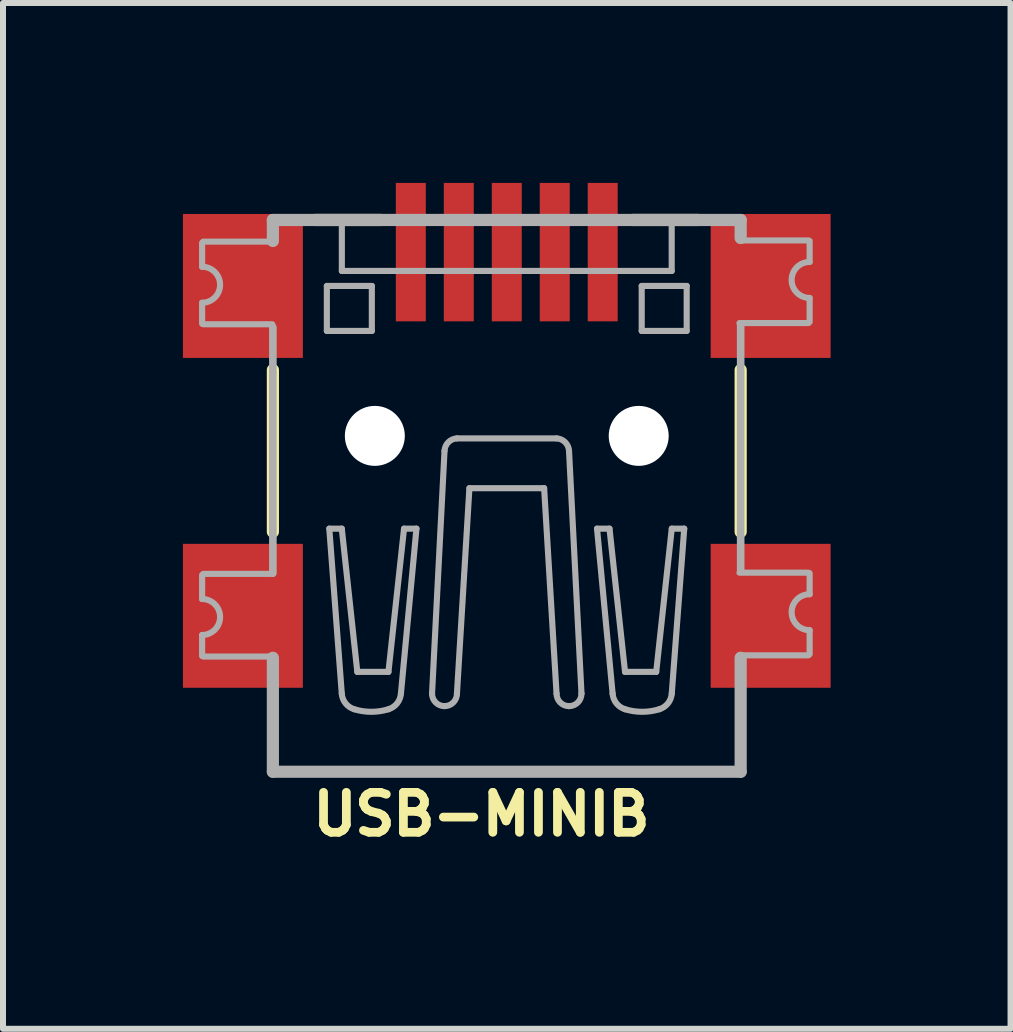
<source format=kicad_pcb>
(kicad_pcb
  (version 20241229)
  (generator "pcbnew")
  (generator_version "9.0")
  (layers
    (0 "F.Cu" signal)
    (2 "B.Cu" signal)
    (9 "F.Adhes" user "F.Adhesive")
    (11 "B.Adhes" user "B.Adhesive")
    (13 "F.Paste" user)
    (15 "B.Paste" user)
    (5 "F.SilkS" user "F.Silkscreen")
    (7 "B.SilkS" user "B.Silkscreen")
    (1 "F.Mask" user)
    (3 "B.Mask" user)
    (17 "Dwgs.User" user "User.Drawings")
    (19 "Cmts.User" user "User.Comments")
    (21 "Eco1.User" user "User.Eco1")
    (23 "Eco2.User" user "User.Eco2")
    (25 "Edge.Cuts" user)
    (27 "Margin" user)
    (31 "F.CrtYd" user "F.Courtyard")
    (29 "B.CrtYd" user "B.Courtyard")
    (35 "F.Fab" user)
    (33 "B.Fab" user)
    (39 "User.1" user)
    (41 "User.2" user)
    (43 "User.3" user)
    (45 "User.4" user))
  (footprint "USB-MINIB"
    (layer "F.Cu")
    (at 5.4 5.218)
    (property "Reference" "USB-MINIB" (at -3.31 5.699 0) (layer "F.SilkS") (effects (font (size 0.666 0.666) (thickness 0.146)) (justify left bottom)))
    (fp_line (start -3.9 0.6) (end -3.9 -2.1) (stroke (width 0.203) (type solid)) (layer "F.SilkS"))
    (fp_line (start -3.2 -4.6) (end -2.1 -4.6) (stroke (width 0.203) (type solid)) (layer "F.SilkS"))
    (fp_line (start 2.1 -4.6) (end 3.2 -4.6) (stroke (width 0.203) (type solid)) (layer "F.SilkS"))
    (fp_line (start 3.9 -2.1) (end 3.9 0.6) (stroke (width 0.203) (type solid)) (layer "F.SilkS"))
    (fp_line (start -5.08 -4.22) (end -5.08 -3.82) (stroke (width 0.102) (type solid)) (layer "F.Fab"))
    (fp_line (start -5.08 -2.87) (end -5.08 -3.22) (stroke (width 0.102) (type solid)) (layer "F.Fab"))
    (fp_line (start -5.08 1.32) (end -5.08 1.72) (stroke (width 0.102) (type solid)) (layer "F.Fab"))
    (fp_line (start -5.08 2.67) (end -5.08 2.32) (stroke (width 0.102) (type solid)) (layer "F.Fab"))
    (fp_line (start -5.06 -4.239) (end -3.91 -4.239) (stroke (width 0.102) (type solid)) (layer "F.Fab"))
    (fp_line (start -5.06 1.301) (end -3.91 1.301) (stroke (width 0.102) (type solid)) (layer "F.Fab"))
    (fp_line (start -3.91 -2.861) (end -5.06 -2.861) (stroke (width 0.102) (type solid)) (layer "F.Fab"))
    (fp_line (start -3.91 2.679) (end -5.06 2.679) (stroke (width 0.102) (type solid)) (layer "F.Fab"))
    (fp_line (start -3.9 -4.6) (end -3.9 -4.25) (stroke (width 0.203) (type solid)) (layer "F.Fab"))
    (fp_line (start -3.9 -4.6) (end 3.9 -4.6) (stroke (width 0.203) (type solid)) (layer "F.Fab"))
    (fp_line (start -3.9 1.29) (end -3.9 -2.81) (stroke (width 0.127) (type solid)) (layer "F.Fab"))
    (fp_line (start -3.9 4.6) (end -3.9 2.7) (stroke (width 0.203) (type solid)) (layer "F.Fab"))
    (fp_line (start -3.9 4.6) (end 3.9 4.6) (stroke (width 0.203) (type solid)) (layer "F.Fab"))
    (fp_line (start -3 -3.5) (end -2.25 -3.5) (stroke (width 0.102) (type solid)) (layer "F.Fab"))
    (fp_line (start -3 -2.75) (end -3 -3.5) (stroke (width 0.102) (type solid)) (layer "F.Fab"))
    (fp_line (start -2.959 0.547) (end -2.751 3.299) (stroke (width 0.102) (type solid)) (layer "F.Fab"))
    (fp_line (start -2.751 0.547) (end -2.959 0.547) (stroke (width 0.102) (type solid)) (layer "F.Fab"))
    (fp_line (start -2.75 -4.5) (end -2.75 -3.75) (stroke (width 0.102) (type solid)) (layer "F.Fab"))
    (fp_line (start -2.75 -3.75) (end 2.75 -3.75) (stroke (width 0.102) (type solid)) (layer "F.Fab"))
    (fp_line (start -2.492 2.935) (end -2.751 0.547) (stroke (width 0.102) (type solid)) (layer "F.Fab"))
    (fp_line (start -2.25 -3.5) (end -2.25 -2.75) (stroke (width 0.102) (type solid)) (layer "F.Fab"))
    (fp_line (start -2.25 -2.75) (end -3 -2.75) (stroke (width 0.102) (type solid)) (layer "F.Fab"))
    (fp_line (start -1.973 2.935) (end -2.492 2.935) (stroke (width 0.102) (type solid)) (layer "F.Fab"))
    (fp_line (start -1.765 3.299) (end -1.506 0.547) (stroke (width 0.102) (type solid)) (layer "F.Fab"))
    (fp_line (start -1.713 0.547) (end -1.973 2.935) (stroke (width 0.102) (type solid)) (layer "F.Fab"))
    (fp_line (start -1.506 0.547) (end -1.713 0.547) (stroke (width 0.102) (type solid)) (layer "F.Fab"))
    (fp_line (start -1.246 3.298) (end -1.038 -0.751) (stroke (width 0.102) (type solid)) (layer "F.Fab"))
    (fp_line (start -0.831 3.299) (end -0.623 -0.128) (stroke (width 0.102) (type solid)) (layer "F.Fab"))
    (fp_line (start 0.623 -0.128) (end -0.623 -0.128) (stroke (width 0.102) (type solid)) (layer "F.Fab"))
    (fp_line (start 0.83 -0.958) (end -0.831 -0.958) (stroke (width 0.102) (type solid)) (layer "F.Fab"))
    (fp_line (start 0.83 3.299) (end 0.623 -0.128) (stroke (width 0.102) (type solid)) (layer "F.Fab"))
    (fp_line (start 1.246 3.298) (end 1.038 -0.751) (stroke (width 0.102) (type solid)) (layer "F.Fab"))
    (fp_line (start 1.505 0.547) (end 1.713 0.547) (stroke (width 0.102) (type solid)) (layer "F.Fab"))
    (fp_line (start 1.713 0.547) (end 1.972 2.935) (stroke (width 0.102) (type solid)) (layer "F.Fab"))
    (fp_line (start 1.765 3.299) (end 1.505 0.547) (stroke (width 0.102) (type solid)) (layer "F.Fab"))
    (fp_line (start 1.972 2.935) (end 2.492 2.935) (stroke (width 0.102) (type solid)) (layer "F.Fab"))
    (fp_line (start 2.25 -3.5) (end 2.25 -2.75) (stroke (width 0.102) (type solid)) (layer "F.Fab"))
    (fp_line (start 2.25 -2.75) (end 3 -2.75) (stroke (width 0.102) (type solid)) (layer "F.Fab"))
    (fp_line (start 2.492 2.935) (end 2.751 0.547) (stroke (width 0.102) (type solid)) (layer "F.Fab"))
    (fp_line (start 2.75 -3.75) (end 2.75 -4.5) (stroke (width 0.102) (type solid)) (layer "F.Fab"))
    (fp_line (start 2.751 0.547) (end 2.959 0.547) (stroke (width 0.102) (type solid)) (layer "F.Fab"))
    (fp_line (start 2.959 0.547) (end 2.751 3.299) (stroke (width 0.102) (type solid)) (layer "F.Fab"))
    (fp_line (start 3 -3.5) (end 2.25 -3.5) (stroke (width 0.102) (type solid)) (layer "F.Fab"))
    (fp_line (start 3 -2.75) (end 3 -3.5) (stroke (width 0.102) (type solid)) (layer "F.Fab"))
    (fp_line (start 3.88 -4.259) (end 5.03 -4.259) (stroke (width 0.102) (type solid)) (layer "F.Fab"))
    (fp_line (start 3.88 1.281) (end 5.03 1.281) (stroke (width 0.102) (type solid)) (layer "F.Fab"))
    (fp_line (start 3.9 -4.6) (end 3.9 -4.3) (stroke (width 0.203) (type solid)) (layer "F.Fab"))
    (fp_line (start 3.9 1.24) (end 3.9 -2.86) (stroke (width 0.127) (type solid)) (layer "F.Fab"))
    (fp_line (start 3.9 4.6) (end 3.9 2.7) (stroke (width 0.203) (type solid)) (layer "F.Fab"))
    (fp_line (start 5.03 -2.881) (end 3.88 -2.881) (stroke (width 0.102) (type solid)) (layer "F.Fab"))
    (fp_line (start 5.03 2.659) (end 3.88 2.659) (stroke (width 0.102) (type solid)) (layer "F.Fab"))
    (fp_line (start 5.05 -4.25) (end 5.05 -3.9) (stroke (width 0.102) (type solid)) (layer "F.Fab"))
    (fp_line (start 5.05 -2.9) (end 5.05 -3.3) (stroke (width 0.102) (type solid)) (layer "F.Fab"))
    (fp_line (start 5.05 1.29) (end 5.05 1.64) (stroke (width 0.102) (type solid)) (layer "F.Fab"))
    (fp_line (start 5.05 2.64) (end 5.05 2.24) (stroke (width 0.102) (type solid)) (layer "F.Fab"))
    (fp_arc (start -5.08 -3.82) (mid -4.78 -3.52) (end -5.08 -3.22) (stroke (width 0.1016) (type solid)) (layer "F.Fab"))
    (fp_arc (start -5.08 1.72) (mid -4.78 2.02) (end -5.08 2.32) (stroke (width 0.1016) (type solid)) (layer "F.Fab"))
    (fp_arc (start -2.5438 3.558) (mid -2.687659 3.460297) (end -2.7514 3.2985) (stroke (width 0.1016) (type solid)) (layer "F.Fab"))
    (fp_arc (start -1.9727 3.558) (mid -2.25825 3.600802) (end -2.5438 3.558) (stroke (width 0.1016) (type solid)) (layer "F.Fab"))
    (fp_arc (start -1.765099 3.298501) (mid -1.828841 3.460298) (end -1.9727 3.558) (stroke (width 0.1016) (type solid)) (layer "F.Fab"))
    (fp_arc (start -1.0383 -0.7508) (mid -0.974176 -0.894346) (end -0.830599 -0.958401) (stroke (width 0.1016) (type solid)) (layer "F.Fab"))
    (fp_arc (start -1.0383 3.5061) (mid -1.185095 3.445295) (end -1.2459 3.2985) (stroke (width 0.1016) (type solid)) (layer "F.Fab"))
    (fp_arc (start -0.8306 3.2985) (mid -0.891405 3.445295) (end -1.0382 3.5061) (stroke (width 0.1016) (type solid)) (layer "F.Fab"))
    (fp_arc (start 0.830398 -0.9584) (mid 0.97395 -0.894321) (end 1.0381 -0.7508) (stroke (width 0.1016) (type solid)) (layer "F.Fab"))
    (fp_arc (start 1.038 3.5061) (mid 0.891205 3.445295) (end 0.8304 3.2985) (stroke (width 0.1016) (type solid)) (layer "F.Fab"))
    (fp_arc (start 1.2457 3.2985) (mid 1.184895 3.445295) (end 1.0381 3.5061) (stroke (width 0.1016) (type solid)) (layer "F.Fab"))
    (fp_arc (start 1.9725 3.558) (mid 1.828641 3.460298) (end 1.764899 3.298501) (stroke (width 0.1016) (type solid)) (layer "F.Fab"))
    (fp_arc (start 2.5436 3.558) (mid 2.25805 3.600802) (end 1.9725 3.558) (stroke (width 0.1016) (type solid)) (layer "F.Fab"))
    (fp_arc (start 2.7512 3.2985) (mid 2.687459 3.460297) (end 2.5436 3.558) (stroke (width 0.1016) (type solid)) (layer "F.Fab"))
    (fp_arc (start 5.05 -3.3) (mid 4.75 -3.6) (end 5.05 -3.9) (stroke (width 0.1016) (type solid)) (layer "F.Fab"))
    (fp_arc (start 5.05 2.24) (mid 4.75 1.94) (end 5.05 1.64) (stroke (width 0.1016) (type solid)) (layer "F.Fab"))
    (pad "" np_thru_hole circle (at -2.2 -1) (size 1 1) (drill 1) (layers "*.Cu" "*.Mask"))
    (pad "" np_thru_hole circle (at 2.2 -1) (size 1 1) (drill 1) (layers "*.Cu" "*.Mask"))
    (pad "D+" smd rect (at 0 -4.064 180) (size 0.5 2.308) (layers "F.Cu" "F.Mask" "F.Paste"))
    (pad "D-" smd rect (at -0.8 -4.064 180) (size 0.5 2.308) (layers "F.Cu" "F.Mask" "F.Paste"))
    (pad "GND" smd rect (at 1.6 -4.064 180) (size 0.5 2.308) (layers "F.Cu" "F.Mask" "F.Paste"))
    (pad "GND1" smd rect (at -4.4 2) (size 2 2.4) (layers "F.Cu" "F.Mask" "F.Paste"))
    (pad "GND2" smd rect (at -4.4 -3.5) (size 2 2.4) (layers "F.Cu" "F.Mask" "F.Paste"))
    (pad "GND3" smd rect (at 4.4 -3.5) (size 2 2.4) (layers "F.Cu" "F.Mask" "F.Paste"))
    (pad "GND4" smd rect (at 4.4 2) (size 2 2.4) (layers "F.Cu" "F.Mask" "F.Paste"))
    (pad "ID" smd rect (at 0.8 -4.064 180) (size 0.5 2.308) (layers "F.Cu" "F.Mask" "F.Paste"))
    (pad "VBUS" smd rect (at -1.6 -4.064 180) (size 0.5 2.308) (layers "F.Cu" "F.Mask" "F.Paste")))
  (gr_rect
    (start -3 -3)
    (end 13.8 14.105)
    (stroke (width 0.1) (type default))
    (fill no)
    (layer "Edge.Cuts")))
</source>
